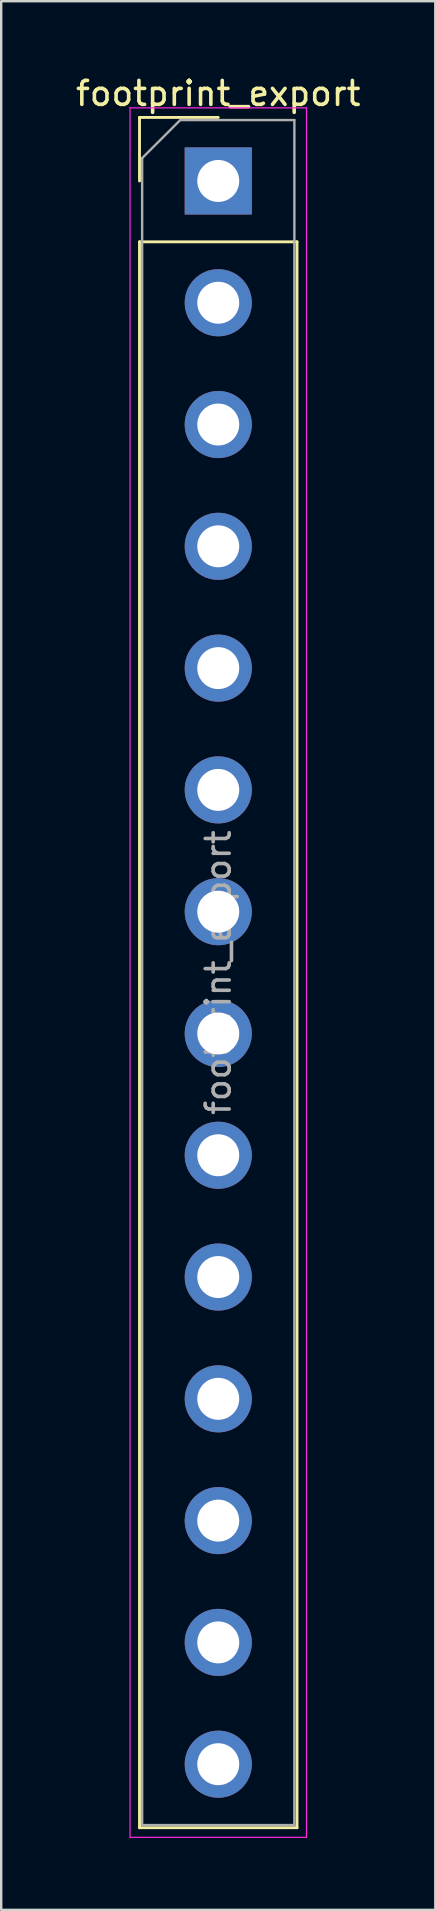
<source format=kicad_pcb>
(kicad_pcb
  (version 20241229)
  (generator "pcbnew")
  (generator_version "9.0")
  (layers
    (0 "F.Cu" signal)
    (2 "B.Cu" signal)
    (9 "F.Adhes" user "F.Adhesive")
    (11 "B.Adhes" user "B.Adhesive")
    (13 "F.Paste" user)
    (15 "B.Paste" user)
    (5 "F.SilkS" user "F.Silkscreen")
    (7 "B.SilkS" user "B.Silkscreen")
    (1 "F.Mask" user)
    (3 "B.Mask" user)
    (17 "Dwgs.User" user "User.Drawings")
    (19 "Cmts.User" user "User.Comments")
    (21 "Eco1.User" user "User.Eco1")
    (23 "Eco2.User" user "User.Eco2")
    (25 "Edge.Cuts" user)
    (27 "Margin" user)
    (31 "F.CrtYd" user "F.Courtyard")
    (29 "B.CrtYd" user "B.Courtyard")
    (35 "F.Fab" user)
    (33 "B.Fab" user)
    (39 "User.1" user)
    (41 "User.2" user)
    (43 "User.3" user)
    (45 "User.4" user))
  (footprint "footprint_export"
    (layer "F.Cu")
    (at 6.054 4.498)
    (property "Reference" "footprint_export" (at 0 -3.65 0) (layer "F.SilkS") (effects (font (size 1 1) (thickness 0.15))))
    (attr through_hole)
    (fp_line (start -3.285 -2.65) (end 0 -2.65) (stroke (width 0.12) (type solid)) (layer "F.SilkS"))
    (fp_line (start -3.285 0) (end -3.285 -2.65) (stroke (width 0.12) (type solid)) (layer "F.SilkS"))
    (fp_line (start -3.285 2.54) (end -3.285 68.69) (stroke (width 0.12) (type solid)) (layer "F.SilkS"))
    (fp_line (start -3.285 2.54) (end 3.285 2.54) (stroke (width 0.12) (type solid)) (layer "F.SilkS"))
    (fp_line (start -3.285 68.69) (end 3.285 68.69) (stroke (width 0.12) (type solid)) (layer "F.SilkS"))
    (fp_line (start 3.285 2.54) (end 3.285 68.69) (stroke (width 0.12) (type solid)) (layer "F.SilkS"))
    (fp_line (start -3.68 -3.05) (end -3.68 69.09) (stroke (width 0.05) (type solid)) (layer "F.CrtYd"))
    (fp_line (start -3.68 69.09) (end 3.68 69.09) (stroke (width 0.05) (type solid)) (layer "F.CrtYd"))
    (fp_line (start 3.68 -3.05) (end -3.68 -3.05) (stroke (width 0.05) (type solid)) (layer "F.CrtYd"))
    (fp_line (start 3.68 69.09) (end 3.68 -3.05) (stroke (width 0.05) (type solid)) (layer "F.CrtYd"))
    (fp_line (start -3.175 -0.953) (end -1.587 -2.54) (stroke (width 0.1) (type solid)) (layer "F.Fab"))
    (fp_line (start -3.175 68.58) (end -3.175 -0.953) (stroke (width 0.1) (type solid)) (layer "F.Fab"))
    (fp_line (start -1.587 -2.54) (end 3.175 -2.54) (stroke (width 0.1) (type solid)) (layer "F.Fab"))
    (fp_line (start 3.175 -2.54) (end 3.175 68.58) (stroke (width 0.1) (type solid)) (layer "F.Fab"))
    (fp_line (start 3.175 68.58) (end -3.175 68.58) (stroke (width 0.1) (type solid)) (layer "F.Fab"))
    (fp_text user "${REFERENCE}" (at 0 33.02 90) (layer "F.Fab") (effects (font (size 1 1) (thickness 0.15))))
    (pad "1" thru_hole rect (at 0 0) (size 2.8 2.8) (drill 1.75) (layers "*.Cu" "*.Mask"))
    (pad "2" thru_hole circle (at 0 5.08) (size 2.8 2.8) (drill 1.75) (layers "*.Cu" "*.Mask"))
    (pad "3" thru_hole circle (at 0 10.16) (size 2.8 2.8) (drill 1.75) (layers "*.Cu" "*.Mask"))
    (pad "4" thru_hole circle (at 0 15.24) (size 2.8 2.8) (drill 1.75) (layers "*.Cu" "*.Mask"))
    (pad "5" thru_hole circle (at 0 20.32) (size 2.8 2.8) (drill 1.75) (layers "*.Cu" "*.Mask"))
    (pad "6" thru_hole circle (at 0 25.4) (size 2.8 2.8) (drill 1.75) (layers "*.Cu" "*.Mask"))
    (pad "7" thru_hole circle (at 0 30.48) (size 2.8 2.8) (drill 1.75) (layers "*.Cu" "*.Mask"))
    (pad "8" thru_hole circle (at 0 35.56) (size 2.8 2.8) (drill 1.75) (layers "*.Cu" "*.Mask"))
    (pad "9" thru_hole circle (at 0 40.64) (size 2.8 2.8) (drill 1.75) (layers "*.Cu" "*.Mask"))
    (pad "10" thru_hole circle (at 0 45.72) (size 2.8 2.8) (drill 1.75) (layers "*.Cu" "*.Mask"))
    (pad "11" thru_hole circle (at 0 50.8) (size 2.8 2.8) (drill 1.75) (layers "*.Cu" "*.Mask"))
    (pad "12" thru_hole circle (at 0 55.88) (size 2.8 2.8) (drill 1.75) (layers "*.Cu" "*.Mask"))
    (pad "13" thru_hole circle (at 0 60.96) (size 2.8 2.8) (drill 1.75) (layers "*.Cu" "*.Mask"))
    (pad "14" thru_hole circle (at 0 66.04) (size 2.8 2.8) (drill 1.75) (layers "*.Cu" "*.Mask")))
  (gr_rect
    (start -3 -3)
    (end 15.107 76.613)
    (stroke (width 0.1) (type default))
    (fill no)
    (layer "Edge.Cuts")))
</source>
